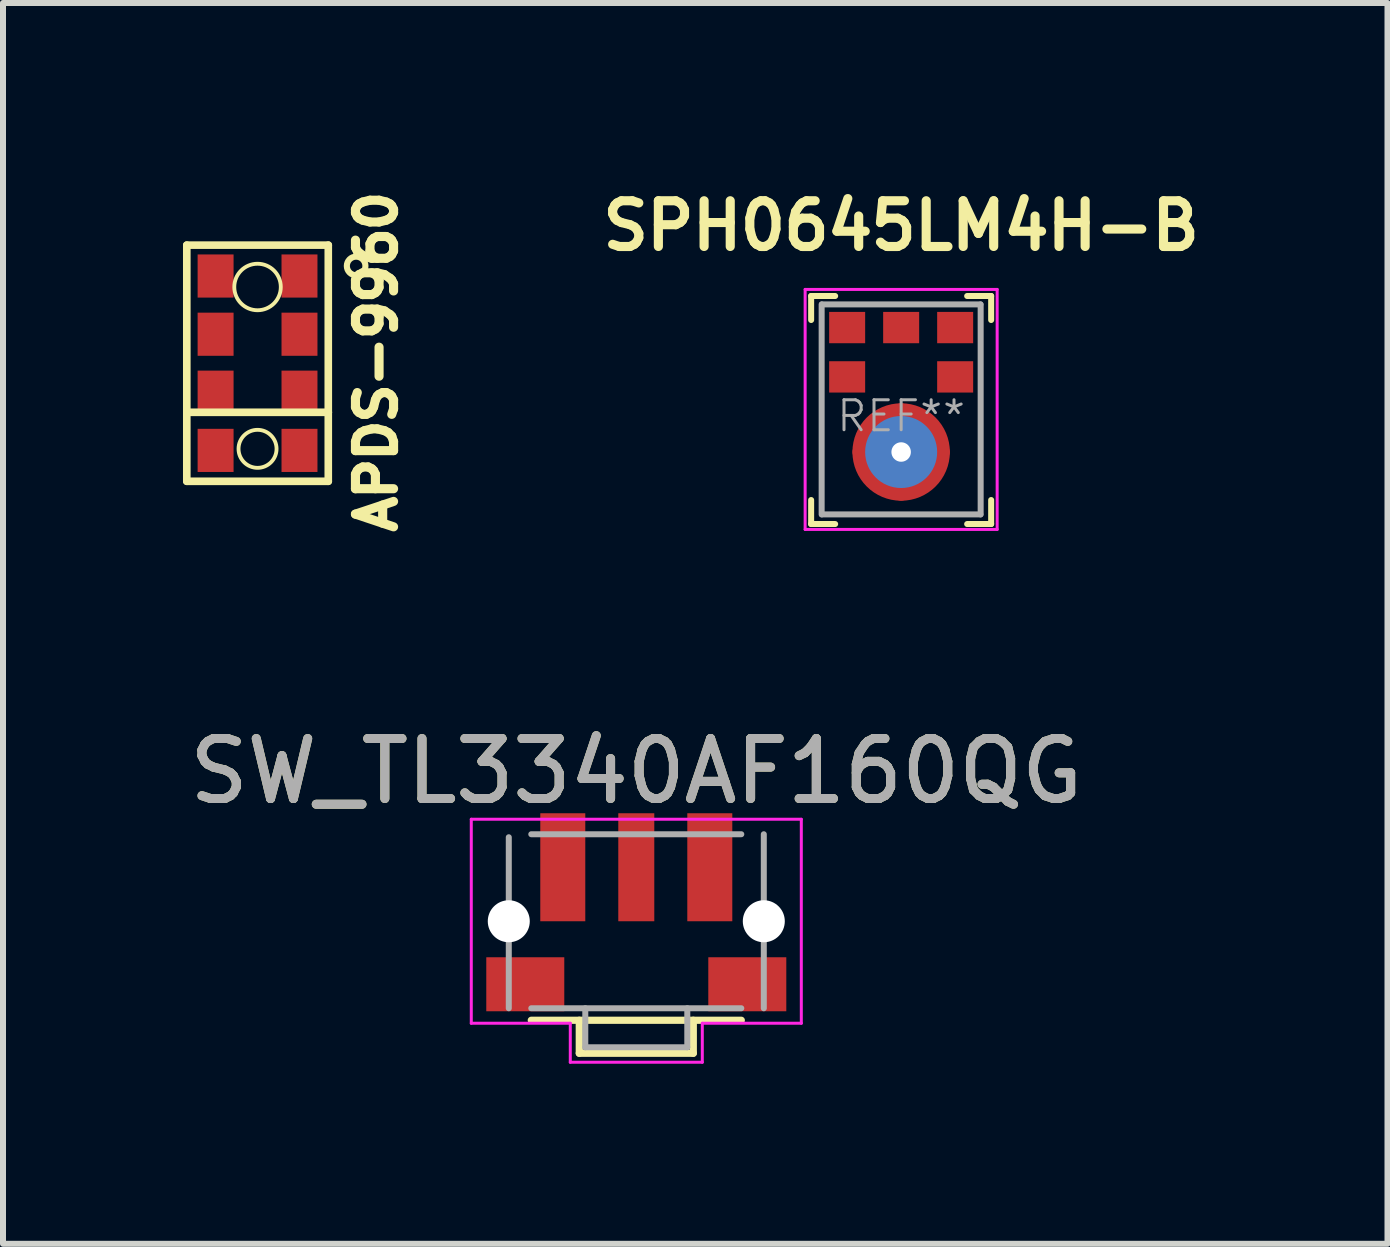
<source format=kicad_pcb>
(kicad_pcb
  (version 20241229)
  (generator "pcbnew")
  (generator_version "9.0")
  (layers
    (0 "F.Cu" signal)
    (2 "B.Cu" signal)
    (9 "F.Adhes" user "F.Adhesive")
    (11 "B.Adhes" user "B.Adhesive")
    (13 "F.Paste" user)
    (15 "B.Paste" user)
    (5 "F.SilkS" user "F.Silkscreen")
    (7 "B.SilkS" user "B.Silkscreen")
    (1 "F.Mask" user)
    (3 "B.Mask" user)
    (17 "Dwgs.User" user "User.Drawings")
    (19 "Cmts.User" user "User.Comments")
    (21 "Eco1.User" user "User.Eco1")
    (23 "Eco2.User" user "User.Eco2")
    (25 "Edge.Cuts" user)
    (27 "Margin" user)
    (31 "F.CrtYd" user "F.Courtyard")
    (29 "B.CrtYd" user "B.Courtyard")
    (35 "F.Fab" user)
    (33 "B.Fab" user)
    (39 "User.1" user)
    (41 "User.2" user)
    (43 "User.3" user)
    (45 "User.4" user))
  (footprint "SW_TL3340AF160QG"
    (layer "F.Cu")
    (at 7.554 12.303)
    (property "Reference" "SW_TL3340AF160QG" (at 0 -2.5 0) (layer "F.SilkS") (effects (font (size 1 1) (thickness 0.15))))
    (attr smd)
    (fp_line (start -0.95 2.2) (end -0.95 1.65) (stroke (width 0.12) (type solid)) (layer "F.SilkS"))
    (fp_line (start 0.95 1.65) (end 0.95 2.2) (stroke (width 0.12) (type solid)) (layer "F.SilkS"))
    (fp_line (start 0.95 2.2) (end -0.95 2.2) (stroke (width 0.12) (type solid)) (layer "F.SilkS"))
    (fp_line (start 1.75 1.65) (end -1.75 1.65) (stroke (width 0.12) (type solid)) (layer "F.SilkS"))
    (fp_line (start -2.75 -1.7) (end 2.75 -1.7) (stroke (width 0.05) (type solid)) (layer "F.CrtYd"))
    (fp_line (start -2.75 1.7) (end -2.75 -1.7) (stroke (width 0.05) (type solid)) (layer "F.CrtYd"))
    (fp_line (start -1.1 1.7) (end -2.75 1.7) (stroke (width 0.05) (type solid)) (layer "F.CrtYd"))
    (fp_line (start -1.1 2.35) (end -1.1 1.7) (stroke (width 0.05) (type solid)) (layer "F.CrtYd"))
    (fp_line (start 1.1 1.7) (end 1.1 2.35) (stroke (width 0.05) (type solid)) (layer "F.CrtYd"))
    (fp_line (start 1.1 2.35) (end -1.1 2.35) (stroke (width 0.05) (type solid)) (layer "F.CrtYd"))
    (fp_line (start 2.75 -1.7) (end 2.75 1.7) (stroke (width 0.05) (type solid)) (layer "F.CrtYd"))
    (fp_line (start 2.75 1.7) (end 1.1 1.7) (stroke (width 0.05) (type solid)) (layer "F.CrtYd"))
    (fp_line (start -2.125 1.45) (end -2.125 -1.4) (stroke (width 0.1) (type solid)) (layer "F.Fab"))
    (fp_line (start -1.75 -1.45) (end 1.75 -1.45) (stroke (width 0.1) (type solid)) (layer "F.Fab"))
    (fp_line (start -0.85 2.1) (end -0.85 1.45) (stroke (width 0.1) (type solid)) (layer "F.Fab"))
    (fp_line (start -0.85 2.1) (end 0.85 2.1) (stroke (width 0.1) (type solid)) (layer "F.Fab"))
    (fp_line (start 0.85 2.1) (end 0.85 1.45) (stroke (width 0.1) (type solid)) (layer "F.Fab"))
    (fp_line (start 1.75 1.45) (end -1.75 1.45) (stroke (width 0.1) (type solid)) (layer "F.Fab"))
    (fp_line (start 2.125 -1.45) (end 2.125 1.45) (stroke (width 0.1) (type solid)) (layer "F.Fab"))
    (fp_text user "${REFERENCE}" (at 0 -2.5 0) (layer "F.Fab") (effects (font (size 1 1) (thickness 0.15))))
    (pad "" np_thru_hole circle (at -2.125 0) (size 0.7 0.7) (drill 0.7) (layers "*.Cu" "*.Mask"))
    (pad "" np_thru_hole circle (at 2.125 0) (size 0.7 0.7) (drill 0.7) (layers "*.Cu" "*.Mask"))
    (pad "1" smd rect (at -1.225 -0.9) (size 0.75 1.8) (layers "F.Cu" "F.Mask" "F.Paste"))
    (pad "1" smd rect (at 1.225 -0.9) (size 0.75 1.8) (layers "F.Cu" "F.Mask" "F.Paste"))
    (pad "2" smd rect (at 0 -0.9) (size 0.6 1.8) (layers "F.Cu" "F.Mask" "F.Paste"))
    (pad "3" smd rect (at -1.85 1.05) (size 1.3 0.9) (layers "F.Cu" "F.Mask" "F.Paste"))
    (pad "3" smd rect (at 1.85 1.05) (size 1.3 0.9) (layers "F.Cu" "F.Mask" "F.Paste")))
  (footprint "APDS-9960"
    (layer "F.Cu")
    (at 1.242 3.003)
    (property "Reference" "APDS-9960" (at 1.981 -0.025 270) (layer "F.SilkS") (effects (font (size 0.635 0.635) (thickness 0.152))))
    (attr smd)
    (fp_line (start -1.179 -1.968) (end -1.179 0.818) (stroke (width 0.127) (type solid)) (layer "F.SilkS"))
    (fp_line (start -1.179 -1.968) (end 1.179 -1.968) (stroke (width 0.127) (type solid)) (layer "F.SilkS"))
    (fp_line (start -1.179 0.818) (end -1.179 1.968) (stroke (width 0.127) (type solid)) (layer "F.SilkS"))
    (fp_line (start -1.179 0.818) (end 1.179 0.818) (stroke (width 0.127) (type solid)) (layer "F.SilkS"))
    (fp_line (start -1.179 1.968) (end 1.179 1.968) (stroke (width 0.127) (type solid)) (layer "F.SilkS"))
    (fp_line (start 1.179 -1.968) (end 1.179 0.818) (stroke (width 0.127) (type solid)) (layer "F.SilkS"))
    (fp_line (start 1.179 0.818) (end 1.179 1.968) (stroke (width 0.127) (type solid)) (layer "F.SilkS"))
    (fp_circle (center 0 -1.27) (end -0.274 -1.544) (stroke (width 0.064) (type solid)) (fill no) (layer "F.SilkS"))
    (fp_circle (center 0 1.427) (end -0.224 1.651) (stroke (width 0.064) (type solid)) (fill no) (layer "F.SilkS"))
    (fp_circle (center 1.643 -1.621) (end 1.798 -1.621) (stroke (width 0.102) (type solid)) (fill no) (layer "F.SilkS"))
    (pad "1" smd rect (at 0.699 -1.453) (size 0.599 0.719) (layers "F.Cu" "F.Mask" "F.Paste"))
    (pad "2" smd rect (at 0.699 -0.483) (size 0.599 0.719) (layers "F.Cu" "F.Mask" "F.Paste"))
    (pad "3" smd rect (at 0.699 0.483) (size 0.599 0.719) (layers "F.Cu" "F.Mask" "F.Paste"))
    (pad "4" smd rect (at 0.699 1.453) (size 0.599 0.719) (layers "F.Cu" "F.Mask" "F.Paste"))
    (pad "5" smd rect (at -0.699 1.453) (size 0.599 0.719) (layers "F.Cu" "F.Mask" "F.Paste"))
    (pad "6" smd rect (at -0.699 0.483) (size 0.599 0.719) (layers "F.Cu" "F.Mask" "F.Paste"))
    (pad "7" smd rect (at -0.699 -0.483) (size 0.599 0.719) (layers "F.Cu" "F.Mask" "F.Paste"))
    (pad "8" smd rect (at -0.699 -1.453) (size 0.599 0.719) (layers "F.Cu" "F.Mask" "F.Paste")))
  (footprint "SPH0645LM4H-B"
    (layer "F.Cu")
    (at 11.968 4.483)
    (property "Reference" "SPH0645LM4H-B" (at 0 -3.77 0) (layer "F.SilkS") (effects (font (size 0.762 0.762) (thickness 0.152))))
    (attr smd)
    (fp_circle (center 0 0) (end 0.662 0) (stroke (width 0.3) (type solid)) (fill no) (layer "F.Cu"))
    (fp_line (start -1.5 -2.6) (end -1.5 -2.2) (stroke (width 0.1) (type solid)) (layer "F.SilkS"))
    (fp_line (start -1.5 0.8) (end -1.5 1.2) (stroke (width 0.1) (type solid)) (layer "F.SilkS"))
    (fp_line (start -1.5 1.2) (end -1.1 1.2) (stroke (width 0.1) (type solid)) (layer "F.SilkS"))
    (fp_line (start -1.1 -2.6) (end -1.5 -2.6) (stroke (width 0.1) (type solid)) (layer "F.SilkS"))
    (fp_line (start 1.1 -2.6) (end 1.5 -2.6) (stroke (width 0.1) (type solid)) (layer "F.SilkS"))
    (fp_line (start 1.5 -2.6) (end 1.5 -2.2) (stroke (width 0.1) (type solid)) (layer "F.SilkS"))
    (fp_line (start 1.5 0.8) (end 1.5 1.2) (stroke (width 0.1) (type solid)) (layer "F.SilkS"))
    (fp_line (start 1.5 1.2) (end 1.1 1.2) (stroke (width 0.1) (type solid)) (layer "F.SilkS"))
    (fp_line (start -1.6 -2.71) (end -1.6 1.29) (stroke (width 0.05) (type solid)) (layer "F.CrtYd"))
    (fp_line (start -1.6 -2.71) (end 1.6 -2.71) (stroke (width 0.05) (type solid)) (layer "F.CrtYd"))
    (fp_line (start -1.6 1.29) (end 1.6 1.29) (stroke (width 0.05) (type solid)) (layer "F.CrtYd"))
    (fp_line (start 1.6 -2.71) (end 1.6 1.29) (stroke (width 0.05) (type solid)) (layer "F.CrtYd"))
    (fp_line (start -1.325 -2.46) (end -1.325 1.04) (stroke (width 0.1) (type solid)) (layer "F.Fab"))
    (fp_line (start -1.32 -2.46) (end 1.32 -2.46) (stroke (width 0.1) (type solid)) (layer "F.Fab"))
    (fp_line (start -1.32 1.04) (end 1.32 1.04) (stroke (width 0.1) (type solid)) (layer "F.Fab"))
    (fp_line (start 1.325 -2.46) (end 1.325 1.04) (stroke (width 0.1) (type solid)) (layer "F.Fab"))
    (fp_text user "REF**" (at 0 -0.6 0) (layer "F.Fab") (effects (font (size 0.5 0.5) (thickness 0.05))))
    (pad "" np_thru_hole circle (at 0 0) (size 1.2 1.2) (drill 0.325) (layers "*.Cu" "*.Mask"))
    (pad "1" smd rect (at -0.9 -2.074) (size 0.6 0.522) (layers "F.Cu" "F.Mask" "F.Paste"))
    (pad "2" smd rect (at -0.9 -1.252) (size 0.6 0.522) (layers "F.Cu" "F.Mask" "F.Paste"))
    (pad "3" smd circle (at -0.662 0) (size 0.3 0.3) (layers "F.Cu" "F.Mask" "F.Paste"))
    (pad "3" smd circle (at 0 -0.662) (size 0.3 0.3) (layers "F.Cu" "F.Mask" "F.Paste"))
    (pad "3" smd circle (at 0 0.662) (size 0.3 0.3) (layers "F.Cu" "F.Mask" "F.Paste"))
    (pad "3" smd circle (at 0.662 0) (size 0.3 0.3) (layers "F.Cu" "F.Mask" "F.Paste"))
    (pad "4" smd rect (at 0.9 -1.252) (size 0.6 0.522) (layers "F.Cu" "F.Mask" "F.Paste"))
    (pad "5" smd rect (at 0.9 -2.074) (size 0.6 0.522) (layers "F.Cu" "F.Mask" "F.Paste"))
    (pad "6" smd rect (at 0 -2.074) (size 0.6 0.522) (layers "F.Cu" "F.Mask" "F.Paste")))
  (gr_rect
    (start -3 -3)
    (end 20.073 17.678)
    (stroke (width 0.1) (type default))
    (fill no)
    (layer "Edge.Cuts")))
</source>
